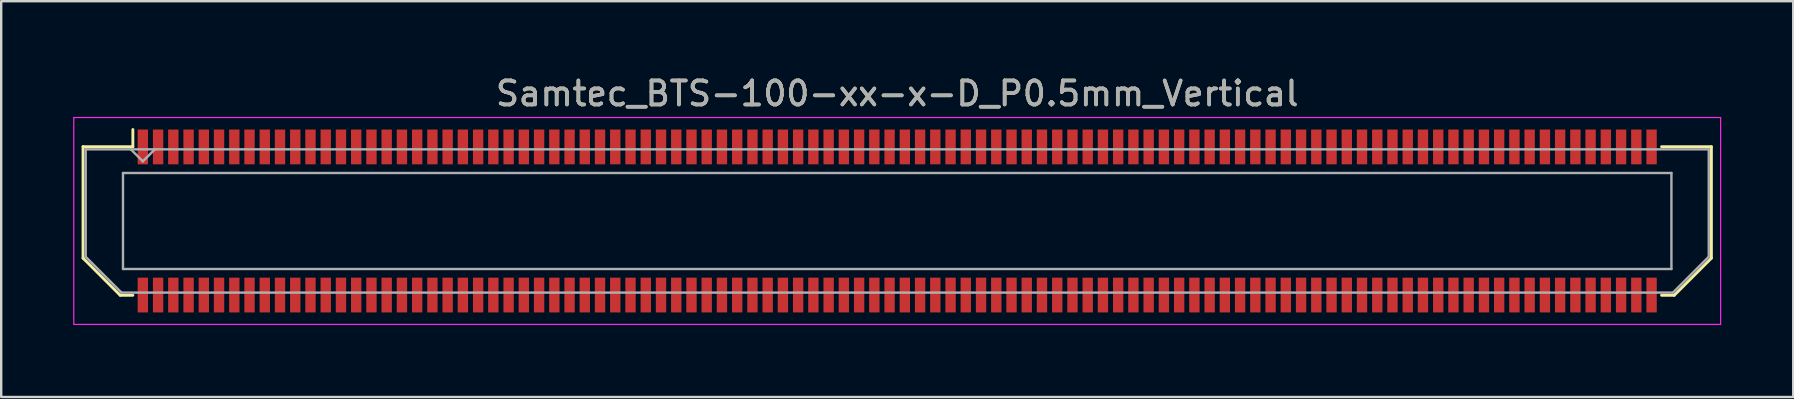
<source format=kicad_pcb>
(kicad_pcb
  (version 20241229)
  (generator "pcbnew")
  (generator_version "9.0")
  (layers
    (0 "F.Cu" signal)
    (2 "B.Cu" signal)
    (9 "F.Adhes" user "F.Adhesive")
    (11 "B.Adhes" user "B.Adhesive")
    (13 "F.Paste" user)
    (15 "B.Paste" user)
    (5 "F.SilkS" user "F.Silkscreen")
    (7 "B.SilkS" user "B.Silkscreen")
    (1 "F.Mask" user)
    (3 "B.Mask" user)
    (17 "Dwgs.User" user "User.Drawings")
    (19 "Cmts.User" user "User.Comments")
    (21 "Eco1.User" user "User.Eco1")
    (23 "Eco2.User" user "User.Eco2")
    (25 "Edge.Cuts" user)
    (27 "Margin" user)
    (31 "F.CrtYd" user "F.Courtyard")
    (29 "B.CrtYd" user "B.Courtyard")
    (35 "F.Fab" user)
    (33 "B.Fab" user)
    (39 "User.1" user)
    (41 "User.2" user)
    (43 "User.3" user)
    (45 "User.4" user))
  (footprint "Samtec_BTS-100-xx-x-D_P0.5mm_Vertical"
    (layer "F.Cu")
    (at 34.335 6.158)
    (property "Reference" "Samtec_BTS-100-xx-x-D_P0.5mm_Vertical" (at 0 -5.31 0) (layer "F.SilkS") (effects (font (size 1 1) (thickness 0.15))))
    (attr smd)
    (fp_line (start -33.925 -3.095) (end -33.925 1.548) (stroke (width 0.12) (type solid)) (layer "F.SilkS"))
    (fp_line (start -33.925 1.548) (end -32.377 3.095) (stroke (width 0.12) (type solid)) (layer "F.SilkS"))
    (fp_line (start -32.377 3.095) (end -31.849 3.095) (stroke (width 0.12) (type solid)) (layer "F.SilkS"))
    (fp_line (start -31.849 -3.811) (end -31.849 -3.095) (stroke (width 0.12) (type solid)) (layer "F.SilkS"))
    (fp_line (start -31.849 -3.095) (end -33.925 -3.095) (stroke (width 0.12) (type solid)) (layer "F.SilkS"))
    (fp_line (start 31.849 -3.095) (end 33.925 -3.095) (stroke (width 0.12) (type solid)) (layer "F.SilkS"))
    (fp_line (start 32.377 3.095) (end 31.849 3.095) (stroke (width 0.12) (type solid)) (layer "F.SilkS"))
    (fp_line (start 33.925 -3.095) (end 33.925 1.548) (stroke (width 0.12) (type solid)) (layer "F.SilkS"))
    (fp_line (start 33.925 1.548) (end 32.377 3.095) (stroke (width 0.12) (type solid)) (layer "F.SilkS"))
    (fp_line (start -34.31 -4.31) (end -34.31 4.31) (stroke (width 0.05) (type solid)) (layer "F.CrtYd"))
    (fp_line (start -34.31 4.31) (end 34.31 4.31) (stroke (width 0.05) (type solid)) (layer "F.CrtYd"))
    (fp_line (start 34.31 -4.31) (end -34.31 -4.31) (stroke (width 0.05) (type solid)) (layer "F.CrtYd"))
    (fp_line (start 34.31 4.31) (end 34.31 -4.31) (stroke (width 0.05) (type solid)) (layer "F.CrtYd"))
    (fp_line (start -33.815 -2.985) (end -33.815 1.492) (stroke (width 0.1) (type solid)) (layer "F.Fab"))
    (fp_line (start -33.815 -2.985) (end 33.815 -2.985) (stroke (width 0.1) (type solid)) (layer "F.Fab"))
    (fp_line (start -33.815 1.492) (end -32.322 2.985) (stroke (width 0.1) (type solid)) (layer "F.Fab"))
    (fp_line (start -32.322 2.985) (end 32.322 2.985) (stroke (width 0.1) (type solid)) (layer "F.Fab"))
    (fp_line (start -32.26 -2) (end -32.26 2) (stroke (width 0.1) (type solid)) (layer "F.Fab"))
    (fp_line (start -32.26 2) (end 32.26 2) (stroke (width 0.1) (type solid)) (layer "F.Fab"))
    (fp_line (start -31.433 -2.485) (end -31.933 -2.985) (stroke (width 0.1) (type solid)) (layer "F.Fab"))
    (fp_line (start -30.933 -2.985) (end -31.433 -2.485) (stroke (width 0.1) (type solid)) (layer "F.Fab"))
    (fp_line (start 32.26 -2) (end -32.26 -2) (stroke (width 0.1) (type solid)) (layer "F.Fab"))
    (fp_line (start 32.26 2) (end 32.26 -2) (stroke (width 0.1) (type solid)) (layer "F.Fab"))
    (fp_line (start 33.815 -2.985) (end 33.815 1.492) (stroke (width 0.1) (type solid)) (layer "F.Fab"))
    (fp_line (start 33.815 1.492) (end 32.322 2.985) (stroke (width 0.1) (type solid)) (layer "F.Fab"))
    (fp_text user "${REFERENCE}" (at 0 -5.31 0) (layer "F.Fab") (effects (font (size 1 1) (thickness 0.15))))
    (pad "1" smd rect (at -31.433 -3.086) (size 0.432 1.45) (layers "F.Cu" "F.Mask" "F.Paste"))
    (pad "2" smd rect (at -31.433 3.086) (size 0.432 1.45) (layers "F.Cu" "F.Mask" "F.Paste"))
    (pad "3" smd rect (at -30.797 -3.086) (size 0.432 1.45) (layers "F.Cu" "F.Mask" "F.Paste"))
    (pad "4" smd rect (at -30.797 3.086) (size 0.432 1.45) (layers "F.Cu" "F.Mask" "F.Paste"))
    (pad "5" smd rect (at -30.163 -3.086) (size 0.432 1.45) (layers "F.Cu" "F.Mask" "F.Paste"))
    (pad "6" smd rect (at -30.163 3.086) (size 0.432 1.45) (layers "F.Cu" "F.Mask" "F.Paste"))
    (pad "7" smd rect (at -29.527 -3.086) (size 0.432 1.45) (layers "F.Cu" "F.Mask" "F.Paste"))
    (pad "8" smd rect (at -29.527 3.086) (size 0.432 1.45) (layers "F.Cu" "F.Mask" "F.Paste"))
    (pad "9" smd rect (at -28.892 -3.086) (size 0.432 1.45) (layers "F.Cu" "F.Mask" "F.Paste"))
    (pad "10" smd rect (at -28.892 3.086) (size 0.432 1.45) (layers "F.Cu" "F.Mask" "F.Paste"))
    (pad "11" smd rect (at -28.258 -3.086) (size 0.432 1.45) (layers "F.Cu" "F.Mask" "F.Paste"))
    (pad "12" smd rect (at -28.258 3.086) (size 0.432 1.45) (layers "F.Cu" "F.Mask" "F.Paste"))
    (pad "13" smd rect (at -27.622 -3.086) (size 0.432 1.45) (layers "F.Cu" "F.Mask" "F.Paste"))
    (pad "14" smd rect (at -27.622 3.086) (size 0.432 1.45) (layers "F.Cu" "F.Mask" "F.Paste"))
    (pad "15" smd rect (at -26.988 -3.086) (size 0.432 1.45) (layers "F.Cu" "F.Mask" "F.Paste"))
    (pad "16" smd rect (at -26.988 3.086) (size 0.432 1.45) (layers "F.Cu" "F.Mask" "F.Paste"))
    (pad "17" smd rect (at -26.352 -3.086) (size 0.432 1.45) (layers "F.Cu" "F.Mask" "F.Paste"))
    (pad "18" smd rect (at -26.352 3.086) (size 0.432 1.45) (layers "F.Cu" "F.Mask" "F.Paste"))
    (pad "19" smd rect (at -25.718 -3.086) (size 0.432 1.45) (layers "F.Cu" "F.Mask" "F.Paste"))
    (pad "20" smd rect (at -25.718 3.086) (size 0.432 1.45) (layers "F.Cu" "F.Mask" "F.Paste"))
    (pad "21" smd rect (at -25.082 -3.086) (size 0.432 1.45) (layers "F.Cu" "F.Mask" "F.Paste"))
    (pad "22" smd rect (at -25.082 3.086) (size 0.432 1.45) (layers "F.Cu" "F.Mask" "F.Paste"))
    (pad "23" smd rect (at -24.448 -3.086) (size 0.432 1.45) (layers "F.Cu" "F.Mask" "F.Paste"))
    (pad "24" smd rect (at -24.448 3.086) (size 0.432 1.45) (layers "F.Cu" "F.Mask" "F.Paste"))
    (pad "25" smd rect (at -23.812 -3.086) (size 0.432 1.45) (layers "F.Cu" "F.Mask" "F.Paste"))
    (pad "26" smd rect (at -23.812 3.086) (size 0.432 1.45) (layers "F.Cu" "F.Mask" "F.Paste"))
    (pad "27" smd rect (at -23.177 -3.086) (size 0.432 1.45) (layers "F.Cu" "F.Mask" "F.Paste"))
    (pad "28" smd rect (at -23.177 3.086) (size 0.432 1.45) (layers "F.Cu" "F.Mask" "F.Paste"))
    (pad "29" smd rect (at -22.543 -3.086) (size 0.432 1.45) (layers "F.Cu" "F.Mask" "F.Paste"))
    (pad "30" smd rect (at -22.543 3.086) (size 0.432 1.45) (layers "F.Cu" "F.Mask" "F.Paste"))
    (pad "31" smd rect (at -21.907 -3.086) (size 0.432 1.45) (layers "F.Cu" "F.Mask" "F.Paste"))
    (pad "32" smd rect (at -21.907 3.086) (size 0.432 1.45) (layers "F.Cu" "F.Mask" "F.Paste"))
    (pad "33" smd rect (at -21.273 -3.086) (size 0.432 1.45) (layers "F.Cu" "F.Mask" "F.Paste"))
    (pad "34" smd rect (at -21.273 3.086) (size 0.432 1.45) (layers "F.Cu" "F.Mask" "F.Paste"))
    (pad "35" smd rect (at -20.637 -3.086) (size 0.432 1.45) (layers "F.Cu" "F.Mask" "F.Paste"))
    (pad "36" smd rect (at -20.637 3.086) (size 0.432 1.45) (layers "F.Cu" "F.Mask" "F.Paste"))
    (pad "37" smd rect (at -20.003 -3.086) (size 0.432 1.45) (layers "F.Cu" "F.Mask" "F.Paste"))
    (pad "38" smd rect (at -20.003 3.086) (size 0.432 1.45) (layers "F.Cu" "F.Mask" "F.Paste"))
    (pad "39" smd rect (at -19.367 -3.086) (size 0.432 1.45) (layers "F.Cu" "F.Mask" "F.Paste"))
    (pad "40" smd rect (at -19.367 3.086) (size 0.432 1.45) (layers "F.Cu" "F.Mask" "F.Paste"))
    (pad "41" smd rect (at -18.733 -3.086) (size 0.432 1.45) (layers "F.Cu" "F.Mask" "F.Paste"))
    (pad "42" smd rect (at -18.733 3.086) (size 0.432 1.45) (layers "F.Cu" "F.Mask" "F.Paste"))
    (pad "43" smd rect (at -18.098 -3.086) (size 0.432 1.45) (layers "F.Cu" "F.Mask" "F.Paste"))
    (pad "44" smd rect (at -18.098 3.086) (size 0.432 1.45) (layers "F.Cu" "F.Mask" "F.Paste"))
    (pad "45" smd rect (at -17.462 -3.086) (size 0.432 1.45) (layers "F.Cu" "F.Mask" "F.Paste"))
    (pad "46" smd rect (at -17.462 3.086) (size 0.432 1.45) (layers "F.Cu" "F.Mask" "F.Paste"))
    (pad "47" smd rect (at -16.828 -3.086) (size 0.432 1.45) (layers "F.Cu" "F.Mask" "F.Paste"))
    (pad "48" smd rect (at -16.828 3.086) (size 0.432 1.45) (layers "F.Cu" "F.Mask" "F.Paste"))
    (pad "49" smd rect (at -16.192 -3.086) (size 0.432 1.45) (layers "F.Cu" "F.Mask" "F.Paste"))
    (pad "50" smd rect (at -16.192 3.086) (size 0.432 1.45) (layers "F.Cu" "F.Mask" "F.Paste"))
    (pad "51" smd rect (at -15.557 -3.086) (size 0.432 1.45) (layers "F.Cu" "F.Mask" "F.Paste"))
    (pad "52" smd rect (at -15.557 3.086) (size 0.432 1.45) (layers "F.Cu" "F.Mask" "F.Paste"))
    (pad "53" smd rect (at -14.922 -3.086) (size 0.432 1.45) (layers "F.Cu" "F.Mask" "F.Paste"))
    (pad "54" smd rect (at -14.922 3.086) (size 0.432 1.45) (layers "F.Cu" "F.Mask" "F.Paste"))
    (pad "55" smd rect (at -14.287 -3.086) (size 0.432 1.45) (layers "F.Cu" "F.Mask" "F.Paste"))
    (pad "56" smd rect (at -14.287 3.086) (size 0.432 1.45) (layers "F.Cu" "F.Mask" "F.Paste"))
    (pad "57" smd rect (at -13.652 -3.086) (size 0.432 1.45) (layers "F.Cu" "F.Mask" "F.Paste"))
    (pad "58" smd rect (at -13.652 3.086) (size 0.432 1.45) (layers "F.Cu" "F.Mask" "F.Paste"))
    (pad "59" smd rect (at -13.018 -3.086) (size 0.432 1.45) (layers "F.Cu" "F.Mask" "F.Paste"))
    (pad "60" smd rect (at -13.018 3.086) (size 0.432 1.45) (layers "F.Cu" "F.Mask" "F.Paste"))
    (pad "61" smd rect (at -12.383 -3.086) (size 0.432 1.45) (layers "F.Cu" "F.Mask" "F.Paste"))
    (pad "62" smd rect (at -12.383 3.086) (size 0.432 1.45) (layers "F.Cu" "F.Mask" "F.Paste"))
    (pad "63" smd rect (at -11.748 -3.086) (size 0.432 1.45) (layers "F.Cu" "F.Mask" "F.Paste"))
    (pad "64" smd rect (at -11.748 3.086) (size 0.432 1.45) (layers "F.Cu" "F.Mask" "F.Paste"))
    (pad "65" smd rect (at -11.113 -3.086) (size 0.432 1.45) (layers "F.Cu" "F.Mask" "F.Paste"))
    (pad "66" smd rect (at -11.113 3.086) (size 0.432 1.45) (layers "F.Cu" "F.Mask" "F.Paste"))
    (pad "67" smd rect (at -10.477 -3.086) (size 0.432 1.45) (layers "F.Cu" "F.Mask" "F.Paste"))
    (pad "68" smd rect (at -10.477 3.086) (size 0.432 1.45) (layers "F.Cu" "F.Mask" "F.Paste"))
    (pad "69" smd rect (at -9.842 -3.086) (size 0.432 1.45) (layers "F.Cu" "F.Mask" "F.Paste"))
    (pad "70" smd rect (at -9.842 3.086) (size 0.432 1.45) (layers "F.Cu" "F.Mask" "F.Paste"))
    (pad "71" smd rect (at -9.207 -3.086) (size 0.432 1.45) (layers "F.Cu" "F.Mask" "F.Paste"))
    (pad "72" smd rect (at -9.207 3.086) (size 0.432 1.45) (layers "F.Cu" "F.Mask" "F.Paste"))
    (pad "73" smd rect (at -8.572 -3.086) (size 0.432 1.45) (layers "F.Cu" "F.Mask" "F.Paste"))
    (pad "74" smd rect (at -8.572 3.086) (size 0.432 1.45) (layers "F.Cu" "F.Mask" "F.Paste"))
    (pad "75" smd rect (at -7.938 -3.086) (size 0.432 1.45) (layers "F.Cu" "F.Mask" "F.Paste"))
    (pad "76" smd rect (at -7.938 3.086) (size 0.432 1.45) (layers "F.Cu" "F.Mask" "F.Paste"))
    (pad "77" smd rect (at -7.303 -3.086) (size 0.432 1.45) (layers "F.Cu" "F.Mask" "F.Paste"))
    (pad "78" smd rect (at -7.303 3.086) (size 0.432 1.45) (layers "F.Cu" "F.Mask" "F.Paste"))
    (pad "79" smd rect (at -6.668 -3.086) (size 0.432 1.45) (layers "F.Cu" "F.Mask" "F.Paste"))
    (pad "80" smd rect (at -6.668 3.086) (size 0.432 1.45) (layers "F.Cu" "F.Mask" "F.Paste"))
    (pad "81" smd rect (at -6.032 -3.086) (size 0.432 1.45) (layers "F.Cu" "F.Mask" "F.Paste"))
    (pad "82" smd rect (at -6.032 3.086) (size 0.432 1.45) (layers "F.Cu" "F.Mask" "F.Paste"))
    (pad "83" smd rect (at -5.397 -3.086) (size 0.432 1.45) (layers "F.Cu" "F.Mask" "F.Paste"))
    (pad "84" smd rect (at -5.397 3.086) (size 0.432 1.45) (layers "F.Cu" "F.Mask" "F.Paste"))
    (pad "85" smd rect (at -4.763 -3.086) (size 0.432 1.45) (layers "F.Cu" "F.Mask" "F.Paste"))
    (pad "86" smd rect (at -4.763 3.086) (size 0.432 1.45) (layers "F.Cu" "F.Mask" "F.Paste"))
    (pad "87" smd rect (at -4.128 -3.086) (size 0.432 1.45) (layers "F.Cu" "F.Mask" "F.Paste"))
    (pad "88" smd rect (at -4.128 3.086) (size 0.432 1.45) (layers "F.Cu" "F.Mask" "F.Paste"))
    (pad "89" smd rect (at -3.493 -3.086) (size 0.432 1.45) (layers "F.Cu" "F.Mask" "F.Paste"))
    (pad "90" smd rect (at -3.493 3.086) (size 0.432 1.45) (layers "F.Cu" "F.Mask" "F.Paste"))
    (pad "91" smd rect (at -2.857 -3.086) (size 0.432 1.45) (layers "F.Cu" "F.Mask" "F.Paste"))
    (pad "92" smd rect (at -2.857 3.086) (size 0.432 1.45) (layers "F.Cu" "F.Mask" "F.Paste"))
    (pad "93" smd rect (at -2.223 -3.086) (size 0.432 1.45) (layers "F.Cu" "F.Mask" "F.Paste"))
    (pad "94" smd rect (at -2.223 3.086) (size 0.432 1.45) (layers "F.Cu" "F.Mask" "F.Paste"))
    (pad "95" smd rect (at -1.587 -3.086) (size 0.432 1.45) (layers "F.Cu" "F.Mask" "F.Paste"))
    (pad "96" smd rect (at -1.587 3.086) (size 0.432 1.45) (layers "F.Cu" "F.Mask" "F.Paste"))
    (pad "97" smd rect (at -0.953 -3.086) (size 0.432 1.45) (layers "F.Cu" "F.Mask" "F.Paste"))
    (pad "98" smd rect (at -0.953 3.086) (size 0.432 1.45) (layers "F.Cu" "F.Mask" "F.Paste"))
    (pad "99" smd rect (at -0.318 -3.086) (size 0.432 1.45) (layers "F.Cu" "F.Mask" "F.Paste"))
    (pad "100" smd rect (at -0.318 3.086) (size 0.432 1.45) (layers "F.Cu" "F.Mask" "F.Paste"))
    (pad "101" smd rect (at 0.318 -3.086) (size 0.432 1.45) (layers "F.Cu" "F.Mask" "F.Paste"))
    (pad "102" smd rect (at 0.318 3.086) (size 0.432 1.45) (layers "F.Cu" "F.Mask" "F.Paste"))
    (pad "103" smd rect (at 0.953 -3.086) (size 0.432 1.45) (layers "F.Cu" "F.Mask" "F.Paste"))
    (pad "104" smd rect (at 0.953 3.086) (size 0.432 1.45) (layers "F.Cu" "F.Mask" "F.Paste"))
    (pad "105" smd rect (at 1.587 -3.086) (size 0.432 1.45) (layers "F.Cu" "F.Mask" "F.Paste"))
    (pad "106" smd rect (at 1.587 3.086) (size 0.432 1.45) (layers "F.Cu" "F.Mask" "F.Paste"))
    (pad "107" smd rect (at 2.223 -3.086) (size 0.432 1.45) (layers "F.Cu" "F.Mask" "F.Paste"))
    (pad "108" smd rect (at 2.223 3.086) (size 0.432 1.45) (layers "F.Cu" "F.Mask" "F.Paste"))
    (pad "109" smd rect (at 2.857 -3.086) (size 0.432 1.45) (layers "F.Cu" "F.Mask" "F.Paste"))
    (pad "110" smd rect (at 2.857 3.086) (size 0.432 1.45) (layers "F.Cu" "F.Mask" "F.Paste"))
    (pad "111" smd rect (at 3.493 -3.086) (size 0.432 1.45) (layers "F.Cu" "F.Mask" "F.Paste"))
    (pad "112" smd rect (at 3.493 3.086) (size 0.432 1.45) (layers "F.Cu" "F.Mask" "F.Paste"))
    (pad "113" smd rect (at 4.128 -3.086) (size 0.432 1.45) (layers "F.Cu" "F.Mask" "F.Paste"))
    (pad "114" smd rect (at 4.128 3.086) (size 0.432 1.45) (layers "F.Cu" "F.Mask" "F.Paste"))
    (pad "115" smd rect (at 4.763 -3.086) (size 0.432 1.45) (layers "F.Cu" "F.Mask" "F.Paste"))
    (pad "116" smd rect (at 4.763 3.086) (size 0.432 1.45) (layers "F.Cu" "F.Mask" "F.Paste"))
    (pad "117" smd rect (at 5.397 -3.086) (size 0.432 1.45) (layers "F.Cu" "F.Mask" "F.Paste"))
    (pad "118" smd rect (at 5.397 3.086) (size 0.432 1.45) (layers "F.Cu" "F.Mask" "F.Paste"))
    (pad "119" smd rect (at 6.032 -3.086) (size 0.432 1.45) (layers "F.Cu" "F.Mask" "F.Paste"))
    (pad "120" smd rect (at 6.032 3.086) (size 0.432 1.45) (layers "F.Cu" "F.Mask" "F.Paste"))
    (pad "121" smd rect (at 6.668 -3.086) (size 0.432 1.45) (layers "F.Cu" "F.Mask" "F.Paste"))
    (pad "122" smd rect (at 6.668 3.086) (size 0.432 1.45) (layers "F.Cu" "F.Mask" "F.Paste"))
    (pad "123" smd rect (at 7.303 -3.086) (size 0.432 1.45) (layers "F.Cu" "F.Mask" "F.Paste"))
    (pad "124" smd rect (at 7.303 3.086) (size 0.432 1.45) (layers "F.Cu" "F.Mask" "F.Paste"))
    (pad "125" smd rect (at 7.938 -3.086) (size 0.432 1.45) (layers "F.Cu" "F.Mask" "F.Paste"))
    (pad "126" smd rect (at 7.938 3.086) (size 0.432 1.45) (layers "F.Cu" "F.Mask" "F.Paste"))
    (pad "127" smd rect (at 8.572 -3.086) (size 0.432 1.45) (layers "F.Cu" "F.Mask" "F.Paste"))
    (pad "128" smd rect (at 8.572 3.086) (size 0.432 1.45) (layers "F.Cu" "F.Mask" "F.Paste"))
    (pad "129" smd rect (at 9.207 -3.086) (size 0.432 1.45) (layers "F.Cu" "F.Mask" "F.Paste"))
    (pad "130" smd rect (at 9.207 3.086) (size 0.432 1.45) (layers "F.Cu" "F.Mask" "F.Paste"))
    (pad "131" smd rect (at 9.842 -3.086) (size 0.432 1.45) (layers "F.Cu" "F.Mask" "F.Paste"))
    (pad "132" smd rect (at 9.842 3.086) (size 0.432 1.45) (layers "F.Cu" "F.Mask" "F.Paste"))
    (pad "133" smd rect (at 10.477 -3.086) (size 0.432 1.45) (layers "F.Cu" "F.Mask" "F.Paste"))
    (pad "134" smd rect (at 10.477 3.086) (size 0.432 1.45) (layers "F.Cu" "F.Mask" "F.Paste"))
    (pad "135" smd rect (at 11.113 -3.086) (size 0.432 1.45) (layers "F.Cu" "F.Mask" "F.Paste"))
    (pad "136" smd rect (at 11.113 3.086) (size 0.432 1.45) (layers "F.Cu" "F.Mask" "F.Paste"))
    (pad "137" smd rect (at 11.748 -3.086) (size 0.432 1.45) (layers "F.Cu" "F.Mask" "F.Paste"))
    (pad "138" smd rect (at 11.748 3.086) (size 0.432 1.45) (layers "F.Cu" "F.Mask" "F.Paste"))
    (pad "139" smd rect (at 12.383 -3.086) (size 0.432 1.45) (layers "F.Cu" "F.Mask" "F.Paste"))
    (pad "140" smd rect (at 12.383 3.086) (size 0.432 1.45) (layers "F.Cu" "F.Mask" "F.Paste"))
    (pad "141" smd rect (at 13.018 -3.086) (size 0.432 1.45) (layers "F.Cu" "F.Mask" "F.Paste"))
    (pad "142" smd rect (at 13.018 3.086) (size 0.432 1.45) (layers "F.Cu" "F.Mask" "F.Paste"))
    (pad "143" smd rect (at 13.652 -3.086) (size 0.432 1.45) (layers "F.Cu" "F.Mask" "F.Paste"))
    (pad "144" smd rect (at 13.652 3.086) (size 0.432 1.45) (layers "F.Cu" "F.Mask" "F.Paste"))
    (pad "145" smd rect (at 14.287 -3.086) (size 0.432 1.45) (layers "F.Cu" "F.Mask" "F.Paste"))
    (pad "146" smd rect (at 14.287 3.086) (size 0.432 1.45) (layers "F.Cu" "F.Mask" "F.Paste"))
    (pad "147" smd rect (at 14.922 -3.086) (size 0.432 1.45) (layers "F.Cu" "F.Mask" "F.Paste"))
    (pad "148" smd rect (at 14.922 3.086) (size 0.432 1.45) (layers "F.Cu" "F.Mask" "F.Paste"))
    (pad "149" smd rect (at 15.557 -3.086) (size 0.432 1.45) (layers "F.Cu" "F.Mask" "F.Paste"))
    (pad "150" smd rect (at 15.557 3.086) (size 0.432 1.45) (layers "F.Cu" "F.Mask" "F.Paste"))
    (pad "151" smd rect (at 16.192 -3.086) (size 0.432 1.45) (layers "F.Cu" "F.Mask" "F.Paste"))
    (pad "152" smd rect (at 16.192 3.086) (size 0.432 1.45) (layers "F.Cu" "F.Mask" "F.Paste"))
    (pad "153" smd rect (at 16.828 -3.086) (size 0.432 1.45) (layers "F.Cu" "F.Mask" "F.Paste"))
    (pad "154" smd rect (at 16.828 3.086) (size 0.432 1.45) (layers "F.Cu" "F.Mask" "F.Paste"))
    (pad "155" smd rect (at 17.462 -3.086) (size 0.432 1.45) (layers "F.Cu" "F.Mask" "F.Paste"))
    (pad "156" smd rect (at 17.462 3.086) (size 0.432 1.45) (layers "F.Cu" "F.Mask" "F.Paste"))
    (pad "157" smd rect (at 18.098 -3.086) (size 0.432 1.45) (layers "F.Cu" "F.Mask" "F.Paste"))
    (pad "158" smd rect (at 18.098 3.086) (size 0.432 1.45) (layers "F.Cu" "F.Mask" "F.Paste"))
    (pad "159" smd rect (at 18.733 -3.086) (size 0.432 1.45) (layers "F.Cu" "F.Mask" "F.Paste"))
    (pad "160" smd rect (at 18.733 3.086) (size 0.432 1.45) (layers "F.Cu" "F.Mask" "F.Paste"))
    (pad "161" smd rect (at 19.367 -3.086) (size 0.432 1.45) (layers "F.Cu" "F.Mask" "F.Paste"))
    (pad "162" smd rect (at 19.367 3.086) (size 0.432 1.45) (layers "F.Cu" "F.Mask" "F.Paste"))
    (pad "163" smd rect (at 20.003 -3.086) (size 0.432 1.45) (layers "F.Cu" "F.Mask" "F.Paste"))
    (pad "164" smd rect (at 20.003 3.086) (size 0.432 1.45) (layers "F.Cu" "F.Mask" "F.Paste"))
    (pad "165" smd rect (at 20.637 -3.086) (size 0.432 1.45) (layers "F.Cu" "F.Mask" "F.Paste"))
    (pad "166" smd rect (at 20.637 3.086) (size 0.432 1.45) (layers "F.Cu" "F.Mask" "F.Paste"))
    (pad "167" smd rect (at 21.273 -3.086) (size 0.432 1.45) (layers "F.Cu" "F.Mask" "F.Paste"))
    (pad "168" smd rect (at 21.273 3.086) (size 0.432 1.45) (layers "F.Cu" "F.Mask" "F.Paste"))
    (pad "169" smd rect (at 21.907 -3.086) (size 0.432 1.45) (layers "F.Cu" "F.Mask" "F.Paste"))
    (pad "170" smd rect (at 21.907 3.086) (size 0.432 1.45) (layers "F.Cu" "F.Mask" "F.Paste"))
    (pad "171" smd rect (at 22.543 -3.086) (size 0.432 1.45) (layers "F.Cu" "F.Mask" "F.Paste"))
    (pad "172" smd rect (at 22.543 3.086) (size 0.432 1.45) (layers "F.Cu" "F.Mask" "F.Paste"))
    (pad "173" smd rect (at 23.177 -3.086) (size 0.432 1.45) (layers "F.Cu" "F.Mask" "F.Paste"))
    (pad "174" smd rect (at 23.177 3.086) (size 0.432 1.45) (layers "F.Cu" "F.Mask" "F.Paste"))
    (pad "175" smd rect (at 23.812 -3.086) (size 0.432 1.45) (layers "F.Cu" "F.Mask" "F.Paste"))
    (pad "176" smd rect (at 23.812 3.086) (size 0.432 1.45) (layers "F.Cu" "F.Mask" "F.Paste"))
    (pad "177" smd rect (at 24.448 -3.086) (size 0.432 1.45) (layers "F.Cu" "F.Mask" "F.Paste"))
    (pad "178" smd rect (at 24.448 3.086) (size 0.432 1.45) (layers "F.Cu" "F.Mask" "F.Paste"))
    (pad "179" smd rect (at 25.082 -3.086) (size 0.432 1.45) (layers "F.Cu" "F.Mask" "F.Paste"))
    (pad "180" smd rect (at 25.082 3.086) (size 0.432 1.45) (layers "F.Cu" "F.Mask" "F.Paste"))
    (pad "181" smd rect (at 25.718 -3.086) (size 0.432 1.45) (layers "F.Cu" "F.Mask" "F.Paste"))
    (pad "182" smd rect (at 25.718 3.086) (size 0.432 1.45) (layers "F.Cu" "F.Mask" "F.Paste"))
    (pad "183" smd rect (at 26.352 -3.086) (size 0.432 1.45) (layers "F.Cu" "F.Mask" "F.Paste"))
    (pad "184" smd rect (at 26.352 3.086) (size 0.432 1.45) (layers "F.Cu" "F.Mask" "F.Paste"))
    (pad "185" smd rect (at 26.988 -3.086) (size 0.432 1.45) (layers "F.Cu" "F.Mask" "F.Paste"))
    (pad "186" smd rect (at 26.988 3.086) (size 0.432 1.45) (layers "F.Cu" "F.Mask" "F.Paste"))
    (pad "187" smd rect (at 27.622 -3.086) (size 0.432 1.45) (layers "F.Cu" "F.Mask" "F.Paste"))
    (pad "188" smd rect (at 27.622 3.086) (size 0.432 1.45) (layers "F.Cu" "F.Mask" "F.Paste"))
    (pad "189" smd rect (at 28.258 -3.086) (size 0.432 1.45) (layers "F.Cu" "F.Mask" "F.Paste"))
    (pad "190" smd rect (at 28.258 3.086) (size 0.432 1.45) (layers "F.Cu" "F.Mask" "F.Paste"))
    (pad "191" smd rect (at 28.892 -3.086) (size 0.432 1.45) (layers "F.Cu" "F.Mask" "F.Paste"))
    (pad "192" smd rect (at 28.892 3.086) (size 0.432 1.45) (layers "F.Cu" "F.Mask" "F.Paste"))
    (pad "193" smd rect (at 29.527 -3.086) (size 0.432 1.45) (layers "F.Cu" "F.Mask" "F.Paste"))
    (pad "194" smd rect (at 29.527 3.086) (size 0.432 1.45) (layers "F.Cu" "F.Mask" "F.Paste"))
    (pad "195" smd rect (at 30.163 -3.086) (size 0.432 1.45) (layers "F.Cu" "F.Mask" "F.Paste"))
    (pad "196" smd rect (at 30.163 3.086) (size 0.432 1.45) (layers "F.Cu" "F.Mask" "F.Paste"))
    (pad "197" smd rect (at 30.797 -3.086) (size 0.432 1.45) (layers "F.Cu" "F.Mask" "F.Paste"))
    (pad "198" smd rect (at 30.797 3.086) (size 0.432 1.45) (layers "F.Cu" "F.Mask" "F.Paste"))
    (pad "199" smd rect (at 31.433 -3.086) (size 0.432 1.45) (layers "F.Cu" "F.Mask" "F.Paste"))
    (pad "200" smd rect (at 31.433 3.086) (size 0.432 1.45) (layers "F.Cu" "F.Mask" "F.Paste")))
  (gr_rect
    (start -3 -3)
    (end 71.67 13.493)
    (stroke (width 0.1) (type default))
    (fill no)
    (layer "Edge.Cuts")))
</source>
